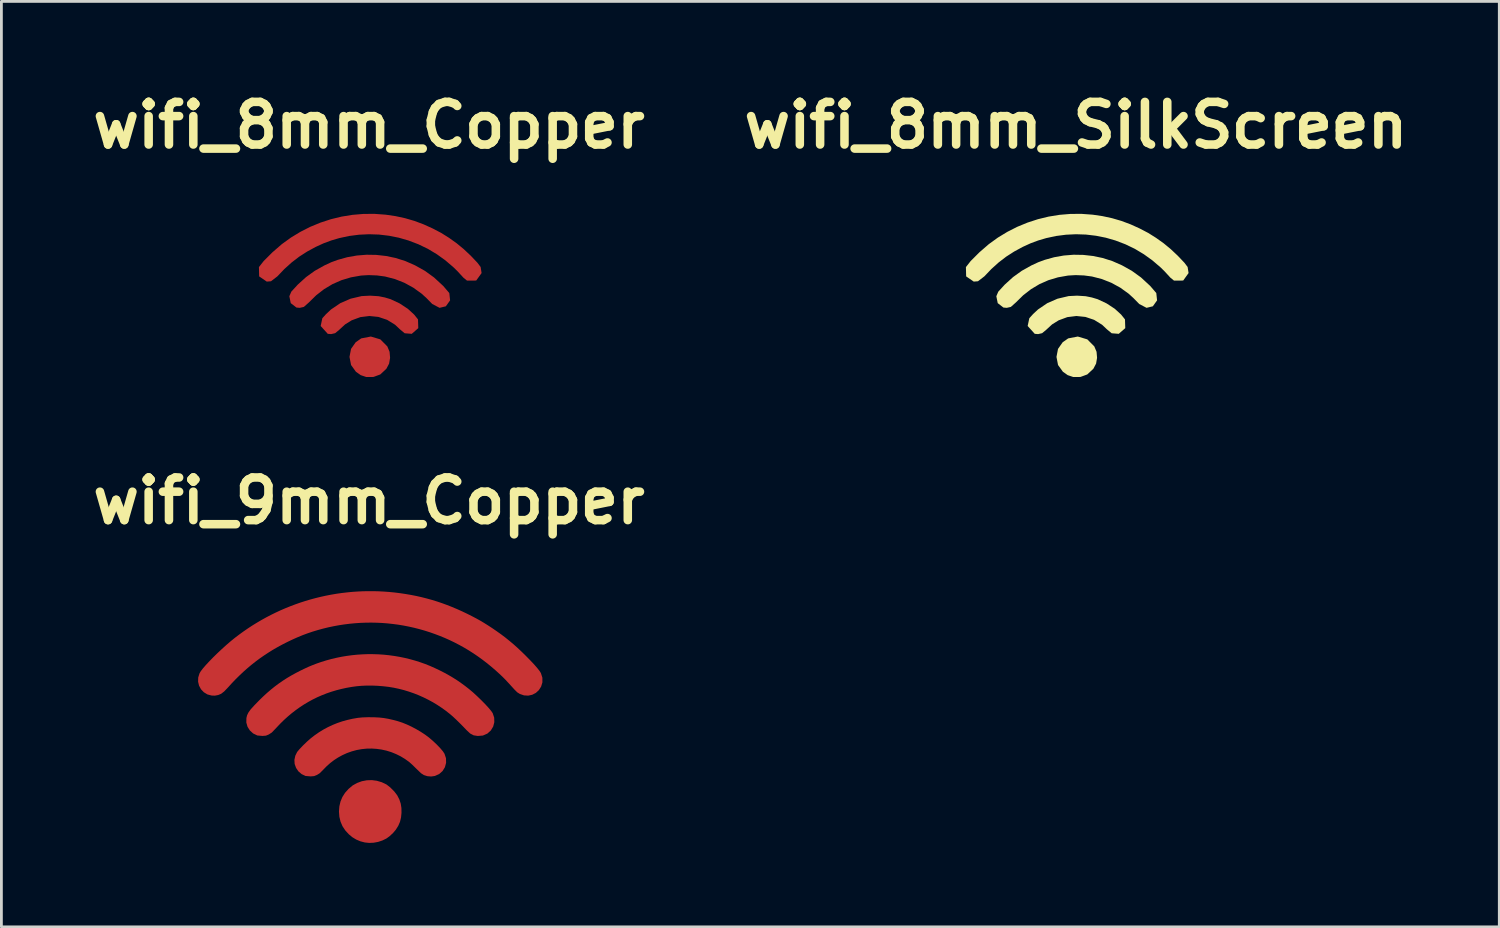
<source format=kicad_pcb>
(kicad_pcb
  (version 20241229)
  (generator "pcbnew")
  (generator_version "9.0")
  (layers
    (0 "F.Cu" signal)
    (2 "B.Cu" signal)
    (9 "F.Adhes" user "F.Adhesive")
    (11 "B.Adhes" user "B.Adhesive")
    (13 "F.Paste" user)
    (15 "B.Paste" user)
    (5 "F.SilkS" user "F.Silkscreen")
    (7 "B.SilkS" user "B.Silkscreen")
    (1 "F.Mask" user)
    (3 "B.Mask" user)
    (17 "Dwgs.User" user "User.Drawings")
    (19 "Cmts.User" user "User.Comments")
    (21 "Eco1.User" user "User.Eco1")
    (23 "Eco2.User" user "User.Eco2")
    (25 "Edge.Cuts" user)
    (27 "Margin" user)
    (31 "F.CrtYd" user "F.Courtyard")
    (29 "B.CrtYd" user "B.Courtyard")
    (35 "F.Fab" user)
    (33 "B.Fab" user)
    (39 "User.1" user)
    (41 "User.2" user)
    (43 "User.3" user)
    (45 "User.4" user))
  (footprint "wifi_8mm_Copper"
    (layer "F.Cu")
    (at 10.138 7.466)
    (property "Reference" "wifi_8mm_Copper" (at 0 -6.039 0) (layer "F.SilkS") (effects (font (size 1.524 1.524) (thickness 0.305))))
    (attr exclude_from_pos_files exclude_from_bom)
    (fp_poly (pts (xy -0.095 2.961) (xy -0.294 2.894) (xy -0.465 2.773) (xy -0.639 2.532) (xy -0.695 2.242) (xy -0.64 1.956) (xy -0.474 1.719) (xy -0.276 1.58) (xy 0.068 1.514) (xy 0.407 1.615) (xy 0.657 1.866) (xy 0.738 2.06) (xy 0.756 2.274) (xy 0.721 2.482) (xy 0.623 2.667) (xy 0.406 2.869) (xy 0.161 2.959) (xy -0.095 2.961)) (stroke (width 0) (type solid)) (fill yes) (layer "F.Cu"))
    (fp_poly (pts (xy -1.472 1.417) (xy -1.725 1.137) (xy -1.666 0.86) (xy -1.532 0.711) (xy -1.355 0.546) (xy -1.023 0.321) (xy -0.658 0.162) (xy -0.259 0.068) (xy 0.042 0.053) (xy 0.346 0.072) (xy 0.568 0.117) (xy 0.775 0.179) (xy 1.097 0.33) (xy 1.391 0.523) (xy 1.615 0.728) (xy 1.754 0.901) (xy 1.764 1.214) (xy 1.531 1.417) (xy 1.277 1.397) (xy 1.105 1.253) (xy 0.934 1.092) (xy 0.65 0.917) (xy 0.34 0.813) (xy 0.017 0.78) (xy -0.307 0.82) (xy -0.618 0.935) (xy -0.853 1.081) (xy -1.066 1.277) (xy -1.208 1.394) (xy -1.352 1.427) (xy -1.472 1.417)) (stroke (width 0) (type solid)) (fill yes) (layer "F.Cu"))
    (fp_poly (pts (xy -2.591 0.478) (xy -2.795 0.32) (xy -2.845 0.073) (xy -2.775 -0.09) (xy -2.542 -0.344) (xy -2.246 -0.612) (xy -1.935 -0.836) (xy -1.59 -1.029) (xy -1.346 -1.142) (xy -1.112 -1.228) (xy -0.777 -1.321) (xy -0.433 -1.382) (xy -0.084 -1.41) (xy 0.266 -1.404) (xy 0.613 -1.365) (xy 0.954 -1.294) (xy 1.301 -1.184) (xy 1.644 -1.033) (xy 1.997 -0.836) (xy 2.326 -0.599) (xy 2.655 -0.295) (xy 2.873 -0.041) (xy 2.901 0.221) (xy 2.75 0.433) (xy 2.525 0.488) (xy 2.265 0.352) (xy 2.056 0.139) (xy 1.884 -0.018) (xy 1.587 -0.232) (xy 1.267 -0.407) (xy 0.928 -0.541) (xy 0.575 -0.632) (xy 0.29 -0.67) (xy -0.009 -0.682) (xy -0.282 -0.666) (xy -0.643 -0.602) (xy -0.983 -0.5) (xy -1.303 -0.359) (xy -1.604 -0.179) (xy -1.885 0.039) (xy -2.147 0.296) (xy -2.326 0.455) (xy -2.471 0.488) (xy -2.591 0.478)) (stroke (width 0) (type solid)) (fill yes) (layer "F.Cu"))
    (fp_poly (pts (xy -3.652 -0.45) (xy -3.924 -0.636) (xy -3.932 -0.969) (xy -3.762 -1.185) (xy -3.451 -1.496) (xy -3.113 -1.789) (xy -2.789 -2.023) (xy -2.45 -2.229) (xy -2.097 -2.408) (xy -1.733 -2.558) (xy -1.359 -2.68) (xy -0.977 -2.773) (xy -0.588 -2.836) (xy -0.195 -2.869) (xy 0.202 -2.871) (xy 0.599 -2.842) (xy 0.952 -2.79) (xy 1.293 -2.716) (xy 1.626 -2.619) (xy 1.955 -2.496) (xy 2.281 -2.348) (xy 2.585 -2.189) (xy 2.865 -2.013) (xy 3.137 -1.819) (xy 3.387 -1.613) (xy 3.638 -1.377) (xy 3.878 -1.124) (xy 3.993 -0.972) (xy 4.027 -0.755) (xy 3.834 -0.487) (xy 3.505 -0.486) (xy 3.378 -0.59) (xy 3.169 -0.817) (xy 3.032 -0.952) (xy 2.736 -1.206) (xy 2.428 -1.428) (xy 2.106 -1.621) (xy 1.768 -1.784) (xy 1.414 -1.919) (xy 1.068 -2.019) (xy 0.716 -2.089) (xy 0.361 -2.131) (xy 0.003 -2.143) (xy -0.354 -2.126) (xy -0.711 -2.08) (xy -1.063 -2.004) (xy -1.348 -1.92) (xy -1.62 -1.819) (xy -1.9 -1.691) (xy -2.208 -1.524) (xy -2.496 -1.339) (xy -2.766 -1.131) (xy -3.024 -0.898) (xy -3.273 -0.637) (xy -3.501 -0.462) (xy -3.652 -0.45)) (stroke (width 0) (type solid)) (fill yes) (layer "F.Cu")))
  (footprint "wifi_8mm_SilkScreen"
    (layer "F.Cu")
    (at 35.41 7.466)
    (property "Reference" "wifi_8mm_SilkScreen" (at 0 -6.039 0) (layer "F.SilkS") (effects (font (size 1.524 1.524) (thickness 0.305))))
    (attr exclude_from_pos_files exclude_from_bom)
    (fp_poly (pts (xy -0.095 2.961) (xy -0.294 2.894) (xy -0.465 2.773) (xy -0.639 2.532) (xy -0.695 2.242) (xy -0.64 1.956) (xy -0.474 1.719) (xy -0.276 1.58) (xy 0.068 1.514) (xy 0.407 1.615) (xy 0.657 1.866) (xy 0.738 2.06) (xy 0.756 2.274) (xy 0.721 2.482) (xy 0.623 2.667) (xy 0.406 2.869) (xy 0.161 2.959) (xy -0.095 2.961)) (stroke (width 0) (type solid)) (fill yes) (layer "F.SilkS"))
    (fp_poly (pts (xy -1.472 1.417) (xy -1.725 1.137) (xy -1.666 0.86) (xy -1.532 0.711) (xy -1.355 0.546) (xy -1.023 0.321) (xy -0.658 0.162) (xy -0.259 0.068) (xy 0.042 0.053) (xy 0.346 0.072) (xy 0.568 0.117) (xy 0.775 0.179) (xy 1.097 0.33) (xy 1.391 0.523) (xy 1.615 0.728) (xy 1.754 0.901) (xy 1.764 1.214) (xy 1.531 1.417) (xy 1.277 1.397) (xy 1.105 1.253) (xy 0.934 1.092) (xy 0.65 0.917) (xy 0.34 0.813) (xy 0.017 0.78) (xy -0.307 0.82) (xy -0.618 0.935) (xy -0.853 1.081) (xy -1.066 1.277) (xy -1.208 1.394) (xy -1.352 1.427) (xy -1.472 1.417)) (stroke (width 0) (type solid)) (fill yes) (layer "F.SilkS"))
    (fp_poly (pts (xy -2.591 0.478) (xy -2.795 0.32) (xy -2.845 0.073) (xy -2.775 -0.09) (xy -2.542 -0.344) (xy -2.246 -0.612) (xy -1.935 -0.836) (xy -1.59 -1.029) (xy -1.346 -1.142) (xy -1.112 -1.228) (xy -0.777 -1.321) (xy -0.433 -1.382) (xy -0.084 -1.41) (xy 0.266 -1.404) (xy 0.613 -1.365) (xy 0.954 -1.294) (xy 1.301 -1.184) (xy 1.644 -1.033) (xy 1.997 -0.836) (xy 2.326 -0.599) (xy 2.655 -0.295) (xy 2.873 -0.041) (xy 2.901 0.221) (xy 2.75 0.433) (xy 2.525 0.488) (xy 2.265 0.352) (xy 2.056 0.139) (xy 1.884 -0.018) (xy 1.587 -0.232) (xy 1.267 -0.407) (xy 0.928 -0.541) (xy 0.575 -0.632) (xy 0.29 -0.67) (xy -0.009 -0.682) (xy -0.282 -0.666) (xy -0.643 -0.602) (xy -0.983 -0.5) (xy -1.303 -0.359) (xy -1.604 -0.179) (xy -1.885 0.039) (xy -2.147 0.296) (xy -2.326 0.455) (xy -2.471 0.488) (xy -2.591 0.478)) (stroke (width 0) (type solid)) (fill yes) (layer "F.SilkS"))
    (fp_poly (pts (xy -3.652 -0.45) (xy -3.924 -0.636) (xy -3.932 -0.969) (xy -3.762 -1.185) (xy -3.451 -1.496) (xy -3.113 -1.789) (xy -2.789 -2.023) (xy -2.45 -2.229) (xy -2.097 -2.408) (xy -1.733 -2.558) (xy -1.359 -2.68) (xy -0.977 -2.773) (xy -0.588 -2.836) (xy -0.195 -2.869) (xy 0.202 -2.871) (xy 0.599 -2.842) (xy 0.952 -2.79) (xy 1.293 -2.716) (xy 1.626 -2.619) (xy 1.955 -2.496) (xy 2.281 -2.348) (xy 2.585 -2.189) (xy 2.865 -2.013) (xy 3.137 -1.819) (xy 3.387 -1.613) (xy 3.638 -1.377) (xy 3.878 -1.124) (xy 3.993 -0.972) (xy 4.027 -0.755) (xy 3.834 -0.487) (xy 3.505 -0.486) (xy 3.378 -0.59) (xy 3.169 -0.817) (xy 3.032 -0.952) (xy 2.736 -1.206) (xy 2.428 -1.428) (xy 2.106 -1.621) (xy 1.768 -1.784) (xy 1.414 -1.919) (xy 1.068 -2.019) (xy 0.716 -2.089) (xy 0.361 -2.131) (xy 0.003 -2.143) (xy -0.354 -2.126) (xy -0.711 -2.08) (xy -1.063 -2.004) (xy -1.348 -1.92) (xy -1.62 -1.819) (xy -1.9 -1.691) (xy -2.208 -1.524) (xy -2.496 -1.339) (xy -2.766 -1.131) (xy -3.024 -0.898) (xy -3.273 -0.637) (xy -3.501 -0.462) (xy -3.652 -0.45)) (stroke (width 0) (type solid)) (fill yes) (layer "F.SilkS")))
  (footprint "wifi_9mm_Copper"
    (layer "F.Cu")
    (at 10.138 22.506)
    (property "Reference" "wifi_9mm_Copper" (at 0 -7.653 0) (layer "F.SilkS") (effects (font (size 1.524 1.524) (thickness 0.305))))
    (attr exclude_from_pos_files exclude_from_bom)
    (fp_poly (pts (xy -0.147 4.559) (xy -0.304 4.518) (xy -0.452 4.456) (xy -0.589 4.374) (xy -0.716 4.269) (xy -0.845 4.129) (xy -0.945 3.978) (xy -1.015 3.815) (xy -1.057 3.64) (xy -1.071 3.452) (xy -1.057 3.266) (xy -1.016 3.093) (xy -0.948 2.932) (xy -0.853 2.783) (xy -0.73 2.646) (xy -0.581 2.52) (xy -0.425 2.433) (xy -0.253 2.37) (xy -0.075 2.336) (xy 0.105 2.33) (xy 0.284 2.354) (xy 0.459 2.406) (xy 0.627 2.486) (xy 0.761 2.59) (xy 0.907 2.737) (xy 1.011 2.873) (xy 1.088 3.024) (xy 1.137 3.172) (xy 1.161 3.327) (xy 1.164 3.501) (xy 1.147 3.67) (xy 1.11 3.822) (xy 1.048 3.964) (xy 0.959 4.106) (xy 0.863 4.219) (xy 0.741 4.333) (xy 0.626 4.417) (xy 0.481 4.488) (xy 0.327 4.539) (xy 0.169 4.568) (xy 0.01 4.575) (xy -0.147 4.559)) (stroke (width 0) (type solid)) (fill yes) (layer "F.Cu"))
    (fp_poly (pts (xy -2.267 2.182) (xy -2.405 2.116) (xy -2.52 2.018) (xy -2.605 1.894) (xy -2.656 1.751) (xy -2.664 1.606) (xy -2.632 1.458) (xy -2.566 1.324) (xy -2.485 1.227) (xy -2.359 1.094) (xy -2.216 0.956) (xy -2.086 0.841) (xy -1.938 0.726) (xy -1.785 0.62) (xy -1.629 0.524) (xy -1.467 0.437) (xy -1.301 0.359) (xy -1.13 0.29) (xy -0.955 0.23) (xy -0.774 0.18) (xy -0.589 0.138) (xy -0.398 0.105) (xy -0.236 0.089) (xy -0.04 0.082) (xy 0.169 0.083) (xy 0.367 0.093) (xy 0.532 0.111) (xy 0.702 0.141) (xy 0.874 0.181) (xy 1.041 0.226) (xy 1.193 0.276) (xy 1.354 0.341) (xy 1.521 0.419) (xy 1.69 0.508) (xy 1.853 0.604) (xy 2.006 0.704) (xy 2.142 0.805) (xy 2.284 0.926) (xy 2.422 1.056) (xy 2.545 1.184) (xy 2.642 1.298) (xy 2.701 1.387) (xy 2.755 1.549) (xy 2.758 1.713) (xy 2.716 1.869) (xy 2.632 2.005) (xy 2.511 2.113) (xy 2.357 2.182) (xy 2.224 2.201) (xy 2.089 2.19) (xy 1.966 2.151) (xy 1.862 2.084) (xy 1.702 1.93) (xy 1.552 1.783) (xy 1.438 1.681) (xy 1.287 1.573) (xy 1.13 1.478) (xy 0.967 1.398) (xy 0.799 1.33) (xy 0.628 1.277) (xy 0.453 1.238) (xy 0.275 1.213) (xy 0.097 1.202) (xy -0.082 1.205) (xy -0.26 1.223) (xy -0.437 1.255) (xy -0.612 1.302) (xy -0.784 1.363) (xy -0.951 1.439) (xy -1.104 1.523) (xy -1.246 1.615) (xy -1.38 1.717) (xy -1.511 1.833) (xy -1.641 1.966) (xy -1.759 2.084) (xy -1.859 2.146) (xy -1.96 2.187) (xy -2.082 2.197) (xy -2.267 2.182)) (stroke (width 0) (type solid)) (fill yes) (layer "F.Cu"))
    (fp_poly (pts (xy -3.989 0.735) (xy -4.138 0.663) (xy -4.256 0.556) (xy -4.34 0.423) (xy -4.383 0.272) (xy -4.38 0.112) (xy -4.355 0.011) (xy -4.308 -0.086) (xy -4.228 -0.197) (xy -4.1 -0.339) (xy -3.914 -0.53) (xy -3.778 -0.662) (xy -3.642 -0.787) (xy -3.505 -0.904) (xy -3.366 -1.016) (xy -3.224 -1.122) (xy -3.079 -1.222) (xy -2.93 -1.318) (xy -2.775 -1.41) (xy -2.615 -1.498) (xy -2.448 -1.584) (xy -2.284 -1.663) (xy -2.14 -1.729) (xy -2.004 -1.785) (xy -1.865 -1.838) (xy -1.712 -1.891) (xy -1.532 -1.947) (xy -1.35 -1.997) (xy -1.165 -2.041) (xy -0.98 -2.079) (xy -0.792 -2.11) (xy -0.604 -2.135) (xy -0.415 -2.154) (xy -0.225 -2.166) (xy -0.035 -2.173) (xy 0.156 -2.172) (xy 0.346 -2.166) (xy 0.536 -2.153) (xy 0.725 -2.133) (xy 0.913 -2.107) (xy 1.1 -2.075) (xy 1.285 -2.037) (xy 1.469 -1.992) (xy 1.655 -1.94) (xy 1.832 -1.884) (xy 2.004 -1.823) (xy 2.175 -1.755) (xy 2.349 -1.678) (xy 2.532 -1.591) (xy 2.697 -1.507) (xy 2.853 -1.421) (xy 3.002 -1.333) (xy 3.148 -1.241) (xy 3.291 -1.142) (xy 3.435 -1.037) (xy 3.582 -0.922) (xy 3.718 -0.808) (xy 3.866 -0.672) (xy 4.015 -0.528) (xy 4.157 -0.384) (xy 4.279 -0.251) (xy 4.371 -0.141) (xy 4.424 -0.063) (xy 4.477 0.096) (xy 4.482 0.26) (xy 4.441 0.417) (xy 4.357 0.556) (xy 4.234 0.667) (xy 4.074 0.737) (xy 3.888 0.752) (xy 3.742 0.729) (xy 3.619 0.664) (xy 3.488 0.542) (xy 3.359 0.407) (xy 3.229 0.276) (xy 3.105 0.155) (xy 2.994 0.052) (xy 2.901 -0.028) (xy 2.753 -0.145) (xy 2.601 -0.254) (xy 2.444 -0.358) (xy 2.283 -0.455) (xy 2.119 -0.544) (xy 1.951 -0.627) (xy 1.78 -0.703) (xy 1.606 -0.772) (xy 1.429 -0.833) (xy 1.249 -0.888) (xy 1.068 -0.934) (xy 0.885 -0.973) (xy 0.703 -1.003) (xy 0.512 -1.025) (xy 0.314 -1.041) (xy 0.116 -1.049) (xy -0.078 -1.049) (xy -0.263 -1.041) (xy -0.435 -1.026) (xy -0.623 -1) (xy -0.808 -0.967) (xy -0.99 -0.927) (xy -1.168 -0.881) (xy -1.342 -0.829) (xy -1.513 -0.77) (xy -1.681 -0.704) (xy -1.846 -0.632) (xy -2.007 -0.553) (xy -2.164 -0.467) (xy -2.319 -0.375) (xy -2.47 -0.276) (xy -2.617 -0.171) (xy -2.762 -0.059) (xy -2.903 0.06) (xy -3.041 0.185) (xy -3.175 0.317) (xy -3.306 0.456) (xy -3.472 0.629) (xy -3.582 0.7) (xy -3.682 0.741) (xy -3.805 0.751) (xy -3.989 0.735)) (stroke (width 0) (type solid)) (fill yes) (layer "F.Cu"))
    (fp_poly (pts (xy -5.623 -0.693) (xy -5.774 -0.733) (xy -5.902 -0.811) (xy -6.003 -0.917) (xy -6.073 -1.046) (xy -6.107 -1.189) (xy -6.102 -1.34) (xy -6.054 -1.491) (xy -6.009 -1.565) (xy -5.933 -1.664) (xy -5.831 -1.782) (xy -5.708 -1.914) (xy -5.569 -2.057) (xy -5.418 -2.205) (xy -5.26 -2.353) (xy -5.1 -2.498) (xy -4.943 -2.633) (xy -4.793 -2.755) (xy -4.64 -2.871) (xy -4.484 -2.984) (xy -4.326 -3.093) (xy -4.166 -3.198) (xy -4.003 -3.298) (xy -3.838 -3.395) (xy -3.672 -3.487) (xy -3.503 -3.575) (xy -3.332 -3.659) (xy -3.16 -3.739) (xy -2.986 -3.814) (xy -2.81 -3.885) (xy -2.633 -3.952) (xy -2.454 -4.015) (xy -2.274 -4.073) (xy -2.092 -4.127) (xy -1.91 -4.176) (xy -1.726 -4.221) (xy -1.541 -4.262) (xy -1.355 -4.298) (xy -1.168 -4.33) (xy -0.981 -4.357) (xy -0.792 -4.379) (xy -0.603 -4.398) (xy -0.414 -4.411) (xy -0.224 -4.42) (xy -0.033 -4.424) (xy 0.158 -4.424) (xy 0.349 -4.419) (xy 0.54 -4.409) (xy 0.731 -4.395) (xy 0.922 -4.376) (xy 1.119 -4.351) (xy 1.313 -4.322) (xy 1.504 -4.289) (xy 1.693 -4.252) (xy 1.88 -4.21) (xy 2.065 -4.163) (xy 2.249 -4.112) (xy 2.432 -4.056) (xy 2.613 -3.995) (xy 2.793 -3.929) (xy 2.973 -3.858) (xy 3.153 -3.782) (xy 3.333 -3.701) (xy 3.513 -3.615) (xy 3.684 -3.529) (xy 3.837 -3.449) (xy 3.979 -3.37) (xy 4.117 -3.288) (xy 4.259 -3.199) (xy 4.412 -3.099) (xy 4.575 -2.987) (xy 4.731 -2.876) (xy 4.88 -2.763) (xy 5.025 -2.646) (xy 5.168 -2.526) (xy 5.31 -2.399) (xy 5.454 -2.264) (xy 5.601 -2.12) (xy 5.772 -1.946) (xy 5.912 -1.797) (xy 6.021 -1.671) (xy 6.1 -1.571) (xy 6.147 -1.496) (xy 6.2 -1.331) (xy 6.201 -1.163) (xy 6.154 -1.011) (xy 6.073 -0.885) (xy 5.966 -0.787) (xy 5.838 -0.721) (xy 5.696 -0.69) (xy 5.546 -0.698) (xy 5.396 -0.749) (xy 5.303 -0.807) (xy 5.201 -0.908) (xy 5.013 -1.115) (xy 4.88 -1.258) (xy 4.774 -1.365) (xy 4.668 -1.465) (xy 4.518 -1.601) (xy 4.366 -1.731) (xy 4.212 -1.856) (xy 4.056 -1.976) (xy 3.898 -2.09) (xy 3.738 -2.199) (xy 3.575 -2.303) (xy 3.41 -2.402) (xy 3.242 -2.495) (xy 3.072 -2.584) (xy 2.899 -2.668) (xy 2.723 -2.747) (xy 2.544 -2.821) (xy 2.362 -2.89) (xy 2.177 -2.955) (xy 1.991 -3.014) (xy 1.805 -3.067) (xy 1.617 -3.115) (xy 1.429 -3.157) (xy 1.239 -3.194) (xy 1.048 -3.226) (xy 0.857 -3.251) (xy 0.665 -3.272) (xy 0.473 -3.287) (xy 0.281 -3.296) (xy 0.088 -3.3) (xy -0.105 -3.298) (xy -0.298 -3.291) (xy -0.491 -3.278) (xy -0.683 -3.26) (xy -0.875 -3.236) (xy -1.067 -3.207) (xy -1.257 -3.172) (xy -1.448 -3.132) (xy -1.637 -3.086) (xy -1.83 -3.033) (xy -2.015 -2.977) (xy -2.196 -2.916) (xy -2.375 -2.849) (xy -2.554 -2.775) (xy -2.736 -2.694) (xy -2.926 -2.603) (xy -3.099 -2.515) (xy -3.268 -2.423) (xy -3.433 -2.328) (xy -3.593 -2.228) (xy -3.75 -2.125) (xy -3.904 -2.018) (xy -4.054 -1.906) (xy -4.201 -1.79) (xy -4.346 -1.668) (xy -4.488 -1.542) (xy -4.628 -1.41) (xy -4.767 -1.273) (xy -4.904 -1.13) (xy -5.039 -0.981) (xy -5.176 -0.838) (xy -5.284 -0.755) (xy -5.39 -0.711) (xy -5.508 -0.689) (xy -5.623 -0.693)) (stroke (width 0) (type solid)) (fill yes) (layer "F.Cu")))
  (gr_rect
    (start -3 -3)
    (end 50.544 30.081)
    (stroke (width 0.1) (type default))
    (fill no)
    (layer "Edge.Cuts")))
</source>
